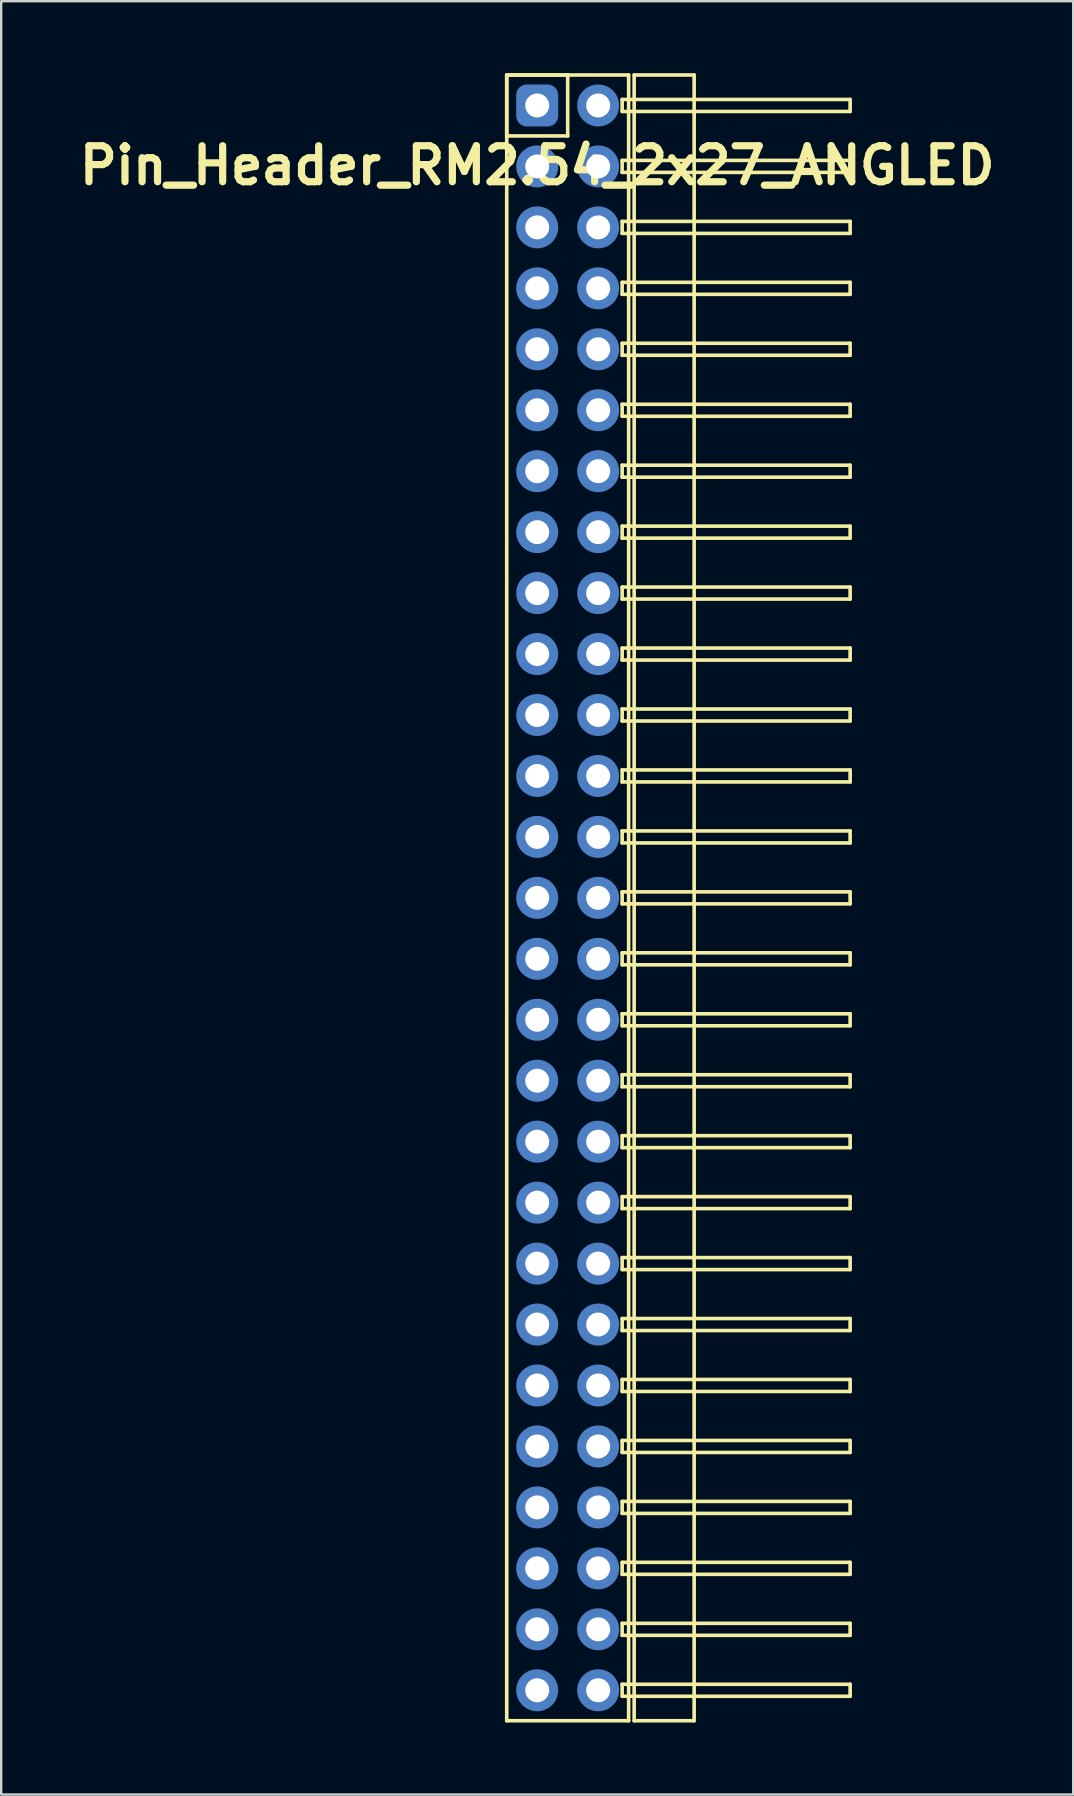
<source format=kicad_pcb>
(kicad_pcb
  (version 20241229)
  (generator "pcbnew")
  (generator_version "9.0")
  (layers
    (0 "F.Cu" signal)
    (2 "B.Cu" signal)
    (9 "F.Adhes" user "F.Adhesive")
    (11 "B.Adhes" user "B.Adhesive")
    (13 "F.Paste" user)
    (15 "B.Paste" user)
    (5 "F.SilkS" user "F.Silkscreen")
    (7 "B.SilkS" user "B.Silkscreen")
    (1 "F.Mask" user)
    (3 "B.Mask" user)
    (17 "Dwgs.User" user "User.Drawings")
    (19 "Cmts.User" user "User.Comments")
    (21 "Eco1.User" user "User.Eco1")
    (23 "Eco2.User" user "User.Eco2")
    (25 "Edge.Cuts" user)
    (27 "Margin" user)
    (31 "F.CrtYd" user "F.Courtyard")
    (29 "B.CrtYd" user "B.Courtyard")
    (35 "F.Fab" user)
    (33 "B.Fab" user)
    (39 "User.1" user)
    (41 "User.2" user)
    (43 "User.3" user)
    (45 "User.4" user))
  (footprint "Pin_Header_RM2.54_2x27_ANGLED"
    (layer "F.Cu")
    (at 19.336 1.345)
    (property "Reference" "Pin_Header_RM2.54_2x27_ANGLED" (at 0 2.5 0) (layer "F.SilkS") (effects (font (size 1.5 1.5) (thickness 0.3))))
    (attr through_hole)
    (fp_line (start -1.27 -1.27) (end 1.27 -1.27) (stroke (width 0.15) (type solid)) (layer "F.SilkS"))
    (fp_line (start -1.27 -1.27) (end 3.81 -1.27) (stroke (width 0.15) (type solid)) (layer "F.SilkS"))
    (fp_line (start -1.27 1.27) (end -1.27 -1.27) (stroke (width 0.15) (type solid)) (layer "F.SilkS"))
    (fp_line (start -1.27 67.31) (end -1.27 -1.27) (stroke (width 0.15) (type solid)) (layer "F.SilkS"))
    (fp_line (start 1.27 -1.27) (end 1.27 1.27) (stroke (width 0.15) (type solid)) (layer "F.SilkS"))
    (fp_line (start 1.27 1.27) (end -1.27 1.27) (stroke (width 0.15) (type solid)) (layer "F.SilkS"))
    (fp_line (start 3.54 -0.25) (end 13.04 -0.25) (stroke (width 0.15) (type solid)) (layer "F.SilkS"))
    (fp_line (start 3.54 0.25) (end 3.54 -0.25) (stroke (width 0.15) (type solid)) (layer "F.SilkS"))
    (fp_line (start 3.54 2.29) (end 13.04 2.29) (stroke (width 0.15) (type solid)) (layer "F.SilkS"))
    (fp_line (start 3.54 2.79) (end 3.54 2.29) (stroke (width 0.15) (type solid)) (layer "F.SilkS"))
    (fp_line (start 3.54 4.83) (end 13.04 4.83) (stroke (width 0.15) (type solid)) (layer "F.SilkS"))
    (fp_line (start 3.54 5.33) (end 3.54 4.83) (stroke (width 0.15) (type solid)) (layer "F.SilkS"))
    (fp_line (start 3.54 7.37) (end 13.04 7.37) (stroke (width 0.15) (type solid)) (layer "F.SilkS"))
    (fp_line (start 3.54 7.87) (end 3.54 7.37) (stroke (width 0.15) (type solid)) (layer "F.SilkS"))
    (fp_line (start 3.54 9.91) (end 13.04 9.91) (stroke (width 0.15) (type solid)) (layer "F.SilkS"))
    (fp_line (start 3.54 10.41) (end 3.54 9.91) (stroke (width 0.15) (type solid)) (layer "F.SilkS"))
    (fp_line (start 3.54 12.45) (end 13.04 12.45) (stroke (width 0.15) (type solid)) (layer "F.SilkS"))
    (fp_line (start 3.54 12.95) (end 3.54 12.45) (stroke (width 0.15) (type solid)) (layer "F.SilkS"))
    (fp_line (start 3.54 14.99) (end 13.04 14.99) (stroke (width 0.15) (type solid)) (layer "F.SilkS"))
    (fp_line (start 3.54 15.49) (end 3.54 14.99) (stroke (width 0.15) (type solid)) (layer "F.SilkS"))
    (fp_line (start 3.54 17.53) (end 13.04 17.53) (stroke (width 0.15) (type solid)) (layer "F.SilkS"))
    (fp_line (start 3.54 18.03) (end 3.54 17.53) (stroke (width 0.15) (type solid)) (layer "F.SilkS"))
    (fp_line (start 3.54 20.07) (end 13.04 20.07) (stroke (width 0.15) (type solid)) (layer "F.SilkS"))
    (fp_line (start 3.54 20.57) (end 3.54 20.07) (stroke (width 0.15) (type solid)) (layer "F.SilkS"))
    (fp_line (start 3.54 22.61) (end 13.04 22.61) (stroke (width 0.15) (type solid)) (layer "F.SilkS"))
    (fp_line (start 3.54 23.11) (end 3.54 22.61) (stroke (width 0.15) (type solid)) (layer "F.SilkS"))
    (fp_line (start 3.54 25.15) (end 13.04 25.15) (stroke (width 0.15) (type solid)) (layer "F.SilkS"))
    (fp_line (start 3.54 25.65) (end 3.54 25.15) (stroke (width 0.15) (type solid)) (layer "F.SilkS"))
    (fp_line (start 3.54 27.69) (end 13.04 27.69) (stroke (width 0.15) (type solid)) (layer "F.SilkS"))
    (fp_line (start 3.54 28.19) (end 3.54 27.69) (stroke (width 0.15) (type solid)) (layer "F.SilkS"))
    (fp_line (start 3.54 30.23) (end 13.04 30.23) (stroke (width 0.15) (type solid)) (layer "F.SilkS"))
    (fp_line (start 3.54 30.73) (end 3.54 30.23) (stroke (width 0.15) (type solid)) (layer "F.SilkS"))
    (fp_line (start 3.54 32.77) (end 13.04 32.77) (stroke (width 0.15) (type solid)) (layer "F.SilkS"))
    (fp_line (start 3.54 33.27) (end 3.54 32.77) (stroke (width 0.15) (type solid)) (layer "F.SilkS"))
    (fp_line (start 3.54 35.31) (end 13.04 35.31) (stroke (width 0.15) (type solid)) (layer "F.SilkS"))
    (fp_line (start 3.54 35.81) (end 3.54 35.31) (stroke (width 0.15) (type solid)) (layer "F.SilkS"))
    (fp_line (start 3.54 37.85) (end 13.04 37.85) (stroke (width 0.15) (type solid)) (layer "F.SilkS"))
    (fp_line (start 3.54 38.35) (end 3.54 37.85) (stroke (width 0.15) (type solid)) (layer "F.SilkS"))
    (fp_line (start 3.54 40.39) (end 13.04 40.39) (stroke (width 0.15) (type solid)) (layer "F.SilkS"))
    (fp_line (start 3.54 40.89) (end 3.54 40.39) (stroke (width 0.15) (type solid)) (layer "F.SilkS"))
    (fp_line (start 3.54 42.93) (end 13.04 42.93) (stroke (width 0.15) (type solid)) (layer "F.SilkS"))
    (fp_line (start 3.54 43.43) (end 3.54 42.93) (stroke (width 0.15) (type solid)) (layer "F.SilkS"))
    (fp_line (start 3.54 45.47) (end 13.04 45.47) (stroke (width 0.15) (type solid)) (layer "F.SilkS"))
    (fp_line (start 3.54 45.97) (end 3.54 45.47) (stroke (width 0.15) (type solid)) (layer "F.SilkS"))
    (fp_line (start 3.54 48.01) (end 13.04 48.01) (stroke (width 0.15) (type solid)) (layer "F.SilkS"))
    (fp_line (start 3.54 48.51) (end 3.54 48.01) (stroke (width 0.15) (type solid)) (layer "F.SilkS"))
    (fp_line (start 3.54 50.55) (end 13.04 50.55) (stroke (width 0.15) (type solid)) (layer "F.SilkS"))
    (fp_line (start 3.54 51.05) (end 3.54 50.55) (stroke (width 0.15) (type solid)) (layer "F.SilkS"))
    (fp_line (start 3.54 53.09) (end 13.04 53.09) (stroke (width 0.15) (type solid)) (layer "F.SilkS"))
    (fp_line (start 3.54 53.59) (end 3.54 53.09) (stroke (width 0.15) (type solid)) (layer "F.SilkS"))
    (fp_line (start 3.54 55.63) (end 13.04 55.63) (stroke (width 0.15) (type solid)) (layer "F.SilkS"))
    (fp_line (start 3.54 56.13) (end 3.54 55.63) (stroke (width 0.15) (type solid)) (layer "F.SilkS"))
    (fp_line (start 3.54 58.17) (end 13.04 58.17) (stroke (width 0.15) (type solid)) (layer "F.SilkS"))
    (fp_line (start 3.54 58.67) (end 3.54 58.17) (stroke (width 0.15) (type solid)) (layer "F.SilkS"))
    (fp_line (start 3.54 60.71) (end 13.04 60.71) (stroke (width 0.15) (type solid)) (layer "F.SilkS"))
    (fp_line (start 3.54 61.21) (end 3.54 60.71) (stroke (width 0.15) (type solid)) (layer "F.SilkS"))
    (fp_line (start 3.54 63.25) (end 13.04 63.25) (stroke (width 0.15) (type solid)) (layer "F.SilkS"))
    (fp_line (start 3.54 63.75) (end 3.54 63.25) (stroke (width 0.15) (type solid)) (layer "F.SilkS"))
    (fp_line (start 3.54 65.79) (end 13.04 65.79) (stroke (width 0.15) (type solid)) (layer "F.SilkS"))
    (fp_line (start 3.54 66.29) (end 3.54 65.79) (stroke (width 0.15) (type solid)) (layer "F.SilkS"))
    (fp_line (start 3.81 -1.27) (end 3.81 67.31) (stroke (width 0.15) (type solid)) (layer "F.SilkS"))
    (fp_line (start 3.81 67.31) (end -1.27 67.31) (stroke (width 0.15) (type solid)) (layer "F.SilkS"))
    (fp_line (start 4.04 -1.27) (end 6.54 -1.27) (stroke (width 0.15) (type solid)) (layer "F.SilkS"))
    (fp_line (start 4.04 67.31) (end 4.04 -1.27) (stroke (width 0.15) (type solid)) (layer "F.SilkS"))
    (fp_line (start 6.54 -1.27) (end 6.54 67.31) (stroke (width 0.15) (type solid)) (layer "F.SilkS"))
    (fp_line (start 6.54 67.31) (end 4.04 67.31) (stroke (width 0.15) (type solid)) (layer "F.SilkS"))
    (fp_line (start 13.04 -0.25) (end 13.04 0.25) (stroke (width 0.15) (type solid)) (layer "F.SilkS"))
    (fp_line (start 13.04 0.25) (end 3.54 0.25) (stroke (width 0.15) (type solid)) (layer "F.SilkS"))
    (fp_line (start 13.04 2.29) (end 13.04 2.79) (stroke (width 0.15) (type solid)) (layer "F.SilkS"))
    (fp_line (start 13.04 2.79) (end 3.54 2.79) (stroke (width 0.15) (type solid)) (layer "F.SilkS"))
    (fp_line (start 13.04 4.83) (end 13.04 5.33) (stroke (width 0.15) (type solid)) (layer "F.SilkS"))
    (fp_line (start 13.04 5.33) (end 3.54 5.33) (stroke (width 0.15) (type solid)) (layer "F.SilkS"))
    (fp_line (start 13.04 7.37) (end 13.04 7.87) (stroke (width 0.15) (type solid)) (layer "F.SilkS"))
    (fp_line (start 13.04 7.87) (end 3.54 7.87) (stroke (width 0.15) (type solid)) (layer "F.SilkS"))
    (fp_line (start 13.04 9.91) (end 13.04 10.41) (stroke (width 0.15) (type solid)) (layer "F.SilkS"))
    (fp_line (start 13.04 10.41) (end 3.54 10.41) (stroke (width 0.15) (type solid)) (layer "F.SilkS"))
    (fp_line (start 13.04 12.45) (end 13.04 12.95) (stroke (width 0.15) (type solid)) (layer "F.SilkS"))
    (fp_line (start 13.04 12.95) (end 3.54 12.95) (stroke (width 0.15) (type solid)) (layer "F.SilkS"))
    (fp_line (start 13.04 14.99) (end 13.04 15.49) (stroke (width 0.15) (type solid)) (layer "F.SilkS"))
    (fp_line (start 13.04 15.49) (end 3.54 15.49) (stroke (width 0.15) (type solid)) (layer "F.SilkS"))
    (fp_line (start 13.04 17.53) (end 13.04 18.03) (stroke (width 0.15) (type solid)) (layer "F.SilkS"))
    (fp_line (start 13.04 18.03) (end 3.54 18.03) (stroke (width 0.15) (type solid)) (layer "F.SilkS"))
    (fp_line (start 13.04 20.07) (end 13.04 20.57) (stroke (width 0.15) (type solid)) (layer "F.SilkS"))
    (fp_line (start 13.04 20.57) (end 3.54 20.57) (stroke (width 0.15) (type solid)) (layer "F.SilkS"))
    (fp_line (start 13.04 22.61) (end 13.04 23.11) (stroke (width 0.15) (type solid)) (layer "F.SilkS"))
    (fp_line (start 13.04 23.11) (end 3.54 23.11) (stroke (width 0.15) (type solid)) (layer "F.SilkS"))
    (fp_line (start 13.04 25.15) (end 13.04 25.65) (stroke (width 0.15) (type solid)) (layer "F.SilkS"))
    (fp_line (start 13.04 25.65) (end 3.54 25.65) (stroke (width 0.15) (type solid)) (layer "F.SilkS"))
    (fp_line (start 13.04 27.69) (end 13.04 28.19) (stroke (width 0.15) (type solid)) (layer "F.SilkS"))
    (fp_line (start 13.04 28.19) (end 3.54 28.19) (stroke (width 0.15) (type solid)) (layer "F.SilkS"))
    (fp_line (start 13.04 30.23) (end 13.04 30.73) (stroke (width 0.15) (type solid)) (layer "F.SilkS"))
    (fp_line (start 13.04 30.73) (end 3.54 30.73) (stroke (width 0.15) (type solid)) (layer "F.SilkS"))
    (fp_line (start 13.04 32.77) (end 13.04 33.27) (stroke (width 0.15) (type solid)) (layer "F.SilkS"))
    (fp_line (start 13.04 33.27) (end 3.54 33.27) (stroke (width 0.15) (type solid)) (layer "F.SilkS"))
    (fp_line (start 13.04 35.31) (end 13.04 35.81) (stroke (width 0.15) (type solid)) (layer "F.SilkS"))
    (fp_line (start 13.04 35.81) (end 3.54 35.81) (stroke (width 0.15) (type solid)) (layer "F.SilkS"))
    (fp_line (start 13.04 37.85) (end 13.04 38.35) (stroke (width 0.15) (type solid)) (layer "F.SilkS"))
    (fp_line (start 13.04 38.35) (end 3.54 38.35) (stroke (width 0.15) (type solid)) (layer "F.SilkS"))
    (fp_line (start 13.04 40.39) (end 13.04 40.89) (stroke (width 0.15) (type solid)) (layer "F.SilkS"))
    (fp_line (start 13.04 40.89) (end 3.54 40.89) (stroke (width 0.15) (type solid)) (layer "F.SilkS"))
    (fp_line (start 13.04 42.93) (end 13.04 43.43) (stroke (width 0.15) (type solid)) (layer "F.SilkS"))
    (fp_line (start 13.04 43.43) (end 3.54 43.43) (stroke (width 0.15) (type solid)) (layer "F.SilkS"))
    (fp_line (start 13.04 45.47) (end 13.04 45.97) (stroke (width 0.15) (type solid)) (layer "F.SilkS"))
    (fp_line (start 13.04 45.97) (end 3.54 45.97) (stroke (width 0.15) (type solid)) (layer "F.SilkS"))
    (fp_line (start 13.04 48.01) (end 13.04 48.51) (stroke (width 0.15) (type solid)) (layer "F.SilkS"))
    (fp_line (start 13.04 48.51) (end 3.54 48.51) (stroke (width 0.15) (type solid)) (layer "F.SilkS"))
    (fp_line (start 13.04 50.55) (end 13.04 51.05) (stroke (width 0.15) (type solid)) (layer "F.SilkS"))
    (fp_line (start 13.04 51.05) (end 3.54 51.05) (stroke (width 0.15) (type solid)) (layer "F.SilkS"))
    (fp_line (start 13.04 53.09) (end 13.04 53.59) (stroke (width 0.15) (type solid)) (layer "F.SilkS"))
    (fp_line (start 13.04 53.59) (end 3.54 53.59) (stroke (width 0.15) (type solid)) (layer "F.SilkS"))
    (fp_line (start 13.04 55.63) (end 13.04 56.13) (stroke (width 0.15) (type solid)) (layer "F.SilkS"))
    (fp_line (start 13.04 56.13) (end 3.54 56.13) (stroke (width 0.15) (type solid)) (layer "F.SilkS"))
    (fp_line (start 13.04 58.17) (end 13.04 58.67) (stroke (width 0.15) (type solid)) (layer "F.SilkS"))
    (fp_line (start 13.04 58.67) (end 3.54 58.67) (stroke (width 0.15) (type solid)) (layer "F.SilkS"))
    (fp_line (start 13.04 60.71) (end 13.04 61.21) (stroke (width 0.15) (type solid)) (layer "F.SilkS"))
    (fp_line (start 13.04 61.21) (end 3.54 61.21) (stroke (width 0.15) (type solid)) (layer "F.SilkS"))
    (fp_line (start 13.04 63.25) (end 13.04 63.75) (stroke (width 0.15) (type solid)) (layer "F.SilkS"))
    (fp_line (start 13.04 63.75) (end 3.54 63.75) (stroke (width 0.15) (type solid)) (layer "F.SilkS"))
    (fp_line (start 13.04 65.79) (end 13.04 66.29) (stroke (width 0.15) (type solid)) (layer "F.SilkS"))
    (fp_line (start 13.04 66.29) (end 3.54 66.29) (stroke (width 0.15) (type solid)) (layer "F.SilkS"))
    (pad "1" thru_hole circle (at 0 0) (size 1.3 1.3) (drill 1) (layers "*.Cu" "*.Mask"))
    (pad "1" smd roundrect (at 0 0) (size 1.5 1.5) (layers "F.Cu" "F.Mask") (roundrect_rratio 0.25))
    (pad "1" smd roundrect (at 0 0) (size 1.75 1.75) (layers "B.Cu" "B.Mask") (roundrect_rratio 0.25))
    (pad "2" thru_hole circle (at 2.54 0) (size 1.3 1.3) (drill 1) (layers "*.Cu" "*.Mask"))
    (pad "2" smd circle (at 2.54 0) (size 1.5 1.5) (layers "F.Cu" "F.Mask"))
    (pad "2" smd circle (at 2.54 0) (size 1.75 1.75) (layers "B.Cu" "B.Mask"))
    (pad "3" thru_hole circle (at 0 2.54) (size 1.3 1.3) (drill 1) (layers "*.Cu" "*.Mask"))
    (pad "3" smd circle (at 0 2.54) (size 1.5 1.5) (layers "F.Cu" "F.Mask"))
    (pad "3" smd circle (at 0 2.54) (size 1.75 1.75) (layers "B.Cu" "B.Mask"))
    (pad "4" thru_hole circle (at 2.54 2.54) (size 1.3 1.3) (drill 1) (layers "*.Cu" "*.Mask"))
    (pad "4" smd circle (at 2.54 2.54) (size 1.5 1.5) (layers "F.Cu" "F.Mask"))
    (pad "4" smd circle (at 2.54 2.54) (size 1.75 1.75) (layers "B.Cu" "B.Mask"))
    (pad "5" thru_hole circle (at 0 5.08) (size 1.3 1.3) (drill 1) (layers "*.Cu" "*.Mask"))
    (pad "5" smd circle (at 0 5.08) (size 1.5 1.5) (layers "F.Cu" "F.Mask"))
    (pad "5" smd circle (at 0 5.08) (size 1.75 1.75) (layers "B.Cu" "B.Mask"))
    (pad "6" thru_hole circle (at 2.54 5.08) (size 1.3 1.3) (drill 1) (layers "*.Cu" "*.Mask"))
    (pad "6" smd circle (at 2.54 5.08) (size 1.5 1.5) (layers "F.Cu" "F.Mask"))
    (pad "6" smd circle (at 2.54 5.08) (size 1.75 1.75) (layers "B.Cu" "B.Mask"))
    (pad "7" thru_hole circle (at 0 7.62) (size 1.3 1.3) (drill 1) (layers "*.Cu" "*.Mask"))
    (pad "7" smd circle (at 0 7.62) (size 1.5 1.5) (layers "F.Cu" "F.Mask"))
    (pad "7" smd circle (at 0 7.62) (size 1.75 1.75) (layers "B.Cu" "B.Mask"))
    (pad "8" thru_hole circle (at 2.54 7.62) (size 1.3 1.3) (drill 1) (layers "*.Cu" "*.Mask"))
    (pad "8" smd circle (at 2.54 7.62) (size 1.5 1.5) (layers "F.Cu" "F.Mask"))
    (pad "8" smd circle (at 2.54 7.62) (size 1.75 1.75) (layers "B.Cu" "B.Mask"))
    (pad "9" thru_hole circle (at 0 10.16) (size 1.3 1.3) (drill 1) (layers "*.Cu" "*.Mask"))
    (pad "9" smd circle (at 0 10.16) (size 1.5 1.5) (layers "F.Cu" "F.Mask"))
    (pad "9" smd circle (at 0 10.16) (size 1.75 1.75) (layers "B.Cu" "B.Mask"))
    (pad "10" thru_hole circle (at 2.54 10.16) (size 1.3 1.3) (drill 1) (layers "*.Cu" "*.Mask"))
    (pad "10" smd circle (at 2.54 10.16) (size 1.5 1.5) (layers "F.Cu" "F.Mask"))
    (pad "10" smd circle (at 2.54 10.16) (size 1.75 1.75) (layers "B.Cu" "B.Mask"))
    (pad "11" thru_hole circle (at 0 12.7) (size 1.3 1.3) (drill 1) (layers "*.Cu" "*.Mask"))
    (pad "11" smd circle (at 0 12.7) (size 1.5 1.5) (layers "F.Cu" "F.Mask"))
    (pad "11" smd circle (at 0 12.7) (size 1.75 1.75) (layers "B.Cu" "B.Mask"))
    (pad "12" thru_hole circle (at 2.54 12.7) (size 1.3 1.3) (drill 1) (layers "*.Cu" "*.Mask"))
    (pad "12" smd circle (at 2.54 12.7) (size 1.5 1.5) (layers "F.Cu" "F.Mask"))
    (pad "12" smd circle (at 2.54 12.7) (size 1.75 1.75) (layers "B.Cu" "B.Mask"))
    (pad "13" thru_hole circle (at 0 15.24) (size 1.3 1.3) (drill 1) (layers "*.Cu" "*.Mask"))
    (pad "13" smd circle (at 0 15.24) (size 1.5 1.5) (layers "F.Cu" "F.Mask"))
    (pad "13" smd circle (at 0 15.24) (size 1.75 1.75) (layers "B.Cu" "B.Mask"))
    (pad "14" thru_hole circle (at 2.54 15.24) (size 1.3 1.3) (drill 1) (layers "*.Cu" "*.Mask"))
    (pad "14" smd circle (at 2.54 15.24) (size 1.5 1.5) (layers "F.Cu" "F.Mask"))
    (pad "14" smd circle (at 2.54 15.24) (size 1.75 1.75) (layers "B.Cu" "B.Mask"))
    (pad "15" thru_hole circle (at 0 17.78) (size 1.3 1.3) (drill 1) (layers "*.Cu" "*.Mask"))
    (pad "15" smd circle (at 0 17.78) (size 1.5 1.5) (layers "F.Cu" "F.Mask"))
    (pad "15" smd circle (at 0 17.78) (size 1.75 1.75) (layers "B.Cu" "B.Mask"))
    (pad "16" thru_hole circle (at 2.54 17.78) (size 1.3 1.3) (drill 1) (layers "*.Cu" "*.Mask"))
    (pad "16" smd circle (at 2.54 17.78) (size 1.5 1.5) (layers "F.Cu" "F.Mask"))
    (pad "16" smd circle (at 2.54 17.78) (size 1.75 1.75) (layers "B.Cu" "B.Mask"))
    (pad "17" thru_hole circle (at 0 20.32) (size 1.3 1.3) (drill 1) (layers "*.Cu" "*.Mask"))
    (pad "17" smd circle (at 0 20.32) (size 1.5 1.5) (layers "F.Cu" "F.Mask"))
    (pad "17" smd circle (at 0 20.32) (size 1.75 1.75) (layers "B.Cu" "B.Mask"))
    (pad "18" thru_hole circle (at 2.54 20.32) (size 1.3 1.3) (drill 1) (layers "*.Cu" "*.Mask"))
    (pad "18" smd circle (at 2.54 20.32) (size 1.5 1.5) (layers "F.Cu" "F.Mask"))
    (pad "18" smd circle (at 2.54 20.32) (size 1.75 1.75) (layers "B.Cu" "B.Mask"))
    (pad "19" thru_hole circle (at 0 22.86) (size 1.3 1.3) (drill 1) (layers "*.Cu" "*.Mask"))
    (pad "19" smd circle (at 0 22.86) (size 1.5 1.5) (layers "F.Cu" "F.Mask"))
    (pad "19" smd circle (at 0 22.86) (size 1.75 1.75) (layers "B.Cu" "B.Mask"))
    (pad "20" thru_hole circle (at 2.54 22.86) (size 1.3 1.3) (drill 1) (layers "*.Cu" "*.Mask"))
    (pad "20" smd circle (at 2.54 22.86) (size 1.5 1.5) (layers "F.Cu" "F.Mask"))
    (pad "20" smd circle (at 2.54 22.86) (size 1.75 1.75) (layers "B.Cu" "B.Mask"))
    (pad "21" thru_hole circle (at 0 25.4) (size 1.3 1.3) (drill 1) (layers "*.Cu" "*.Mask"))
    (pad "21" smd circle (at 0 25.4) (size 1.5 1.5) (layers "F.Cu" "F.Mask"))
    (pad "21" smd circle (at 0 25.4) (size 1.75 1.75) (layers "B.Cu" "B.Mask"))
    (pad "22" thru_hole circle (at 2.54 25.4) (size 1.3 1.3) (drill 1) (layers "*.Cu" "*.Mask"))
    (pad "22" smd circle (at 2.54 25.4) (size 1.5 1.5) (layers "F.Cu" "F.Mask"))
    (pad "22" smd circle (at 2.54 25.4) (size 1.75 1.75) (layers "B.Cu" "B.Mask"))
    (pad "23" thru_hole circle (at 0 27.94) (size 1.3 1.3) (drill 1) (layers "*.Cu" "*.Mask"))
    (pad "23" smd circle (at 0 27.94) (size 1.5 1.5) (layers "F.Cu" "F.Mask"))
    (pad "23" smd circle (at 0 27.94) (size 1.75 1.75) (layers "B.Cu" "B.Mask"))
    (pad "24" thru_hole circle (at 2.54 27.94) (size 1.3 1.3) (drill 1) (layers "*.Cu" "*.Mask"))
    (pad "24" smd circle (at 2.54 27.94) (size 1.5 1.5) (layers "F.Cu" "F.Mask"))
    (pad "24" smd circle (at 2.54 27.94) (size 1.75 1.75) (layers "B.Cu" "B.Mask"))
    (pad "25" thru_hole circle (at 0 30.48) (size 1.3 1.3) (drill 1) (layers "*.Cu" "*.Mask"))
    (pad "25" smd circle (at 0 30.48) (size 1.5 1.5) (layers "F.Cu" "F.Mask"))
    (pad "25" smd circle (at 0 30.48) (size 1.75 1.75) (layers "B.Cu" "B.Mask"))
    (pad "26" thru_hole circle (at 2.54 30.48) (size 1.3 1.3) (drill 1) (layers "*.Cu" "*.Mask"))
    (pad "26" smd circle (at 2.54 30.48) (size 1.5 1.5) (layers "F.Cu" "F.Mask"))
    (pad "26" smd circle (at 2.54 30.48) (size 1.75 1.75) (layers "B.Cu" "B.Mask"))
    (pad "27" thru_hole circle (at 0 33.02) (size 1.3 1.3) (drill 1) (layers "*.Cu" "*.Mask"))
    (pad "27" smd circle (at 0 33.02) (size 1.5 1.5) (layers "F.Cu" "F.Mask"))
    (pad "27" smd circle (at 0 33.02) (size 1.75 1.75) (layers "B.Cu" "B.Mask"))
    (pad "28" thru_hole circle (at 2.54 33.02) (size 1.3 1.3) (drill 1) (layers "*.Cu" "*.Mask"))
    (pad "28" smd circle (at 2.54 33.02) (size 1.5 1.5) (layers "F.Cu" "F.Mask"))
    (pad "28" smd circle (at 2.54 33.02) (size 1.75 1.75) (layers "B.Cu" "B.Mask"))
    (pad "29" thru_hole circle (at 0 35.56) (size 1.3 1.3) (drill 1) (layers "*.Cu" "*.Mask"))
    (pad "29" smd circle (at 0 35.56) (size 1.5 1.5) (layers "F.Cu" "F.Mask"))
    (pad "29" smd circle (at 0 35.56) (size 1.75 1.75) (layers "B.Cu" "B.Mask"))
    (pad "30" thru_hole circle (at 2.54 35.56) (size 1.3 1.3) (drill 1) (layers "*.Cu" "*.Mask"))
    (pad "30" smd circle (at 2.54 35.56) (size 1.5 1.5) (layers "F.Cu" "F.Mask"))
    (pad "30" smd circle (at 2.54 35.56) (size 1.75 1.75) (layers "B.Cu" "B.Mask"))
    (pad "31" thru_hole circle (at 0 38.1) (size 1.3 1.3) (drill 1) (layers "*.Cu" "*.Mask"))
    (pad "31" smd circle (at 0 38.1) (size 1.5 1.5) (layers "F.Cu" "F.Mask"))
    (pad "31" smd circle (at 0 38.1) (size 1.75 1.75) (layers "B.Cu" "B.Mask"))
    (pad "32" thru_hole circle (at 2.54 38.1) (size 1.3 1.3) (drill 1) (layers "*.Cu" "*.Mask"))
    (pad "32" smd circle (at 2.54 38.1) (size 1.5 1.5) (layers "F.Cu" "F.Mask"))
    (pad "32" smd circle (at 2.54 38.1) (size 1.75 1.75) (layers "B.Cu" "B.Mask"))
    (pad "33" thru_hole circle (at 0 40.64) (size 1.3 1.3) (drill 1) (layers "*.Cu" "*.Mask"))
    (pad "33" smd circle (at 0 40.64) (size 1.5 1.5) (layers "F.Cu" "F.Mask"))
    (pad "33" smd circle (at 0 40.64) (size 1.75 1.75) (layers "B.Cu" "B.Mask"))
    (pad "34" thru_hole circle (at 2.54 40.64) (size 1.3 1.3) (drill 1) (layers "*.Cu" "*.Mask"))
    (pad "34" smd circle (at 2.54 40.64) (size 1.5 1.5) (layers "F.Cu" "F.Mask"))
    (pad "34" smd circle (at 2.54 40.64) (size 1.75 1.75) (layers "B.Cu" "B.Mask"))
    (pad "35" thru_hole circle (at 0 43.18) (size 1.3 1.3) (drill 1) (layers "*.Cu" "*.Mask"))
    (pad "35" smd circle (at 0 43.18) (size 1.5 1.5) (layers "F.Cu" "F.Mask"))
    (pad "35" smd circle (at 0 43.18) (size 1.75 1.75) (layers "B.Cu" "B.Mask"))
    (pad "36" thru_hole circle (at 2.54 43.18) (size 1.3 1.3) (drill 1) (layers "*.Cu" "*.Mask"))
    (pad "36" smd circle (at 2.54 43.18) (size 1.5 1.5) (layers "F.Cu" "F.Mask"))
    (pad "36" smd circle (at 2.54 43.18) (size 1.75 1.75) (layers "B.Cu" "B.Mask"))
    (pad "37" thru_hole circle (at 0 45.72) (size 1.3 1.3) (drill 1) (layers "*.Cu" "*.Mask"))
    (pad "37" smd circle (at 0 45.72) (size 1.5 1.5) (layers "F.Cu" "F.Mask"))
    (pad "37" smd circle (at 0 45.72) (size 1.75 1.75) (layers "B.Cu" "B.Mask"))
    (pad "38" thru_hole circle (at 2.54 45.72) (size 1.3 1.3) (drill 1) (layers "*.Cu" "*.Mask"))
    (pad "38" smd circle (at 2.54 45.72) (size 1.5 1.5) (layers "F.Cu" "F.Mask"))
    (pad "38" smd circle (at 2.54 45.72) (size 1.75 1.75) (layers "B.Cu" "B.Mask"))
    (pad "39" thru_hole circle (at 0 48.26) (size 1.3 1.3) (drill 1) (layers "*.Cu" "*.Mask"))
    (pad "39" smd circle (at 0 48.26) (size 1.5 1.5) (layers "F.Cu" "F.Mask"))
    (pad "39" smd circle (at 0 48.26) (size 1.75 1.75) (layers "B.Cu" "B.Mask"))
    (pad "40" thru_hole circle (at 2.54 48.26) (size 1.3 1.3) (drill 1) (layers "*.Cu" "*.Mask"))
    (pad "40" smd circle (at 2.54 48.26) (size 1.5 1.5) (layers "F.Cu" "F.Mask"))
    (pad "40" smd circle (at 2.54 48.26) (size 1.75 1.75) (layers "B.Cu" "B.Mask"))
    (pad "41" thru_hole circle (at 0 50.8) (size 1.3 1.3) (drill 1) (layers "*.Cu" "*.Mask"))
    (pad "41" smd circle (at 0 50.8) (size 1.5 1.5) (layers "F.Cu" "F.Mask"))
    (pad "41" smd circle (at 0 50.8) (size 1.75 1.75) (layers "B.Cu" "B.Mask"))
    (pad "42" thru_hole circle (at 2.54 50.8) (size 1.3 1.3) (drill 1) (layers "*.Cu" "*.Mask"))
    (pad "42" smd circle (at 2.54 50.8) (size 1.5 1.5) (layers "F.Cu" "F.Mask"))
    (pad "42" smd circle (at 2.54 50.8) (size 1.75 1.75) (layers "B.Cu" "B.Mask"))
    (pad "43" thru_hole circle (at 0 53.34) (size 1.3 1.3) (drill 1) (layers "*.Cu" "*.Mask"))
    (pad "43" smd circle (at 0 53.34) (size 1.5 1.5) (layers "F.Cu" "F.Mask"))
    (pad "43" smd circle (at 0 53.34) (size 1.75 1.75) (layers "B.Cu" "B.Mask"))
    (pad "44" thru_hole circle (at 2.54 53.34) (size 1.3 1.3) (drill 1) (layers "*.Cu" "*.Mask"))
    (pad "44" smd circle (at 2.54 53.34) (size 1.5 1.5) (layers "F.Cu" "F.Mask"))
    (pad "44" smd circle (at 2.54 53.34) (size 1.75 1.75) (layers "B.Cu" "B.Mask"))
    (pad "45" thru_hole circle (at 0 55.88) (size 1.3 1.3) (drill 1) (layers "*.Cu" "*.Mask"))
    (pad "45" smd circle (at 0 55.88) (size 1.5 1.5) (layers "F.Cu" "F.Mask"))
    (pad "45" smd circle (at 0 55.88) (size 1.75 1.75) (layers "B.Cu" "B.Mask"))
    (pad "46" thru_hole circle (at 2.54 55.88) (size 1.3 1.3) (drill 1) (layers "*.Cu" "*.Mask"))
    (pad "46" smd circle (at 2.54 55.88) (size 1.5 1.5) (layers "F.Cu" "F.Mask"))
    (pad "46" smd circle (at 2.54 55.88) (size 1.75 1.75) (layers "B.Cu" "B.Mask"))
    (pad "47" thru_hole circle (at 0 58.42) (size 1.3 1.3) (drill 1) (layers "*.Cu" "*.Mask"))
    (pad "47" smd circle (at 0 58.42) (size 1.5 1.5) (layers "F.Cu" "F.Mask"))
    (pad "47" smd circle (at 0 58.42) (size 1.75 1.75) (layers "B.Cu" "B.Mask"))
    (pad "48" thru_hole circle (at 2.54 58.42) (size 1.3 1.3) (drill 1) (layers "*.Cu" "*.Mask"))
    (pad "48" smd circle (at 2.54 58.42) (size 1.5 1.5) (layers "F.Cu" "F.Mask"))
    (pad "48" smd circle (at 2.54 58.42) (size 1.75 1.75) (layers "B.Cu" "B.Mask"))
    (pad "49" thru_hole circle (at 0 60.96) (size 1.3 1.3) (drill 1) (layers "*.Cu" "*.Mask"))
    (pad "49" smd circle (at 0 60.96) (size 1.5 1.5) (layers "F.Cu" "F.Mask"))
    (pad "49" smd circle (at 0 60.96) (size 1.75 1.75) (layers "B.Cu" "B.Mask"))
    (pad "50" thru_hole circle (at 2.54 60.96) (size 1.3 1.3) (drill 1) (layers "*.Cu" "*.Mask"))
    (pad "50" smd circle (at 2.54 60.96) (size 1.5 1.5) (layers "F.Cu" "F.Mask"))
    (pad "50" smd circle (at 2.54 60.96) (size 1.75 1.75) (layers "B.Cu" "B.Mask"))
    (pad "51" thru_hole circle (at 0 63.5) (size 1.3 1.3) (drill 1) (layers "*.Cu" "*.Mask"))
    (pad "51" smd circle (at 0 63.5) (size 1.5 1.5) (layers "F.Cu" "F.Mask"))
    (pad "51" smd circle (at 0 63.5) (size 1.75 1.75) (layers "B.Cu" "B.Mask"))
    (pad "52" thru_hole circle (at 2.54 63.5) (size 1.3 1.3) (drill 1) (layers "*.Cu" "*.Mask"))
    (pad "52" smd circle (at 2.54 63.5) (size 1.5 1.5) (layers "F.Cu" "F.Mask"))
    (pad "52" smd circle (at 2.54 63.5) (size 1.75 1.75) (layers "B.Cu" "B.Mask"))
    (pad "53" thru_hole circle (at 0 66.04) (size 1.3 1.3) (drill 1) (layers "*.Cu" "*.Mask"))
    (pad "53" smd circle (at 0 66.04) (size 1.5 1.5) (layers "F.Cu" "F.Mask"))
    (pad "53" smd circle (at 0 66.04) (size 1.75 1.75) (layers "B.Cu" "B.Mask"))
    (pad "54" thru_hole circle (at 2.54 66.04) (size 1.3 1.3) (drill 1) (layers "*.Cu" "*.Mask"))
    (pad "54" smd circle (at 2.54 66.04) (size 1.5 1.5) (layers "F.Cu" "F.Mask"))
    (pad "54" smd circle (at 2.54 66.04) (size 1.75 1.75) (layers "B.Cu" "B.Mask")))
  (gr_rect
    (start -3 -3)
    (end 41.671 71.73)
    (stroke (width 0.1) (type default))
    (fill no)
    (layer "Edge.Cuts")))
</source>
